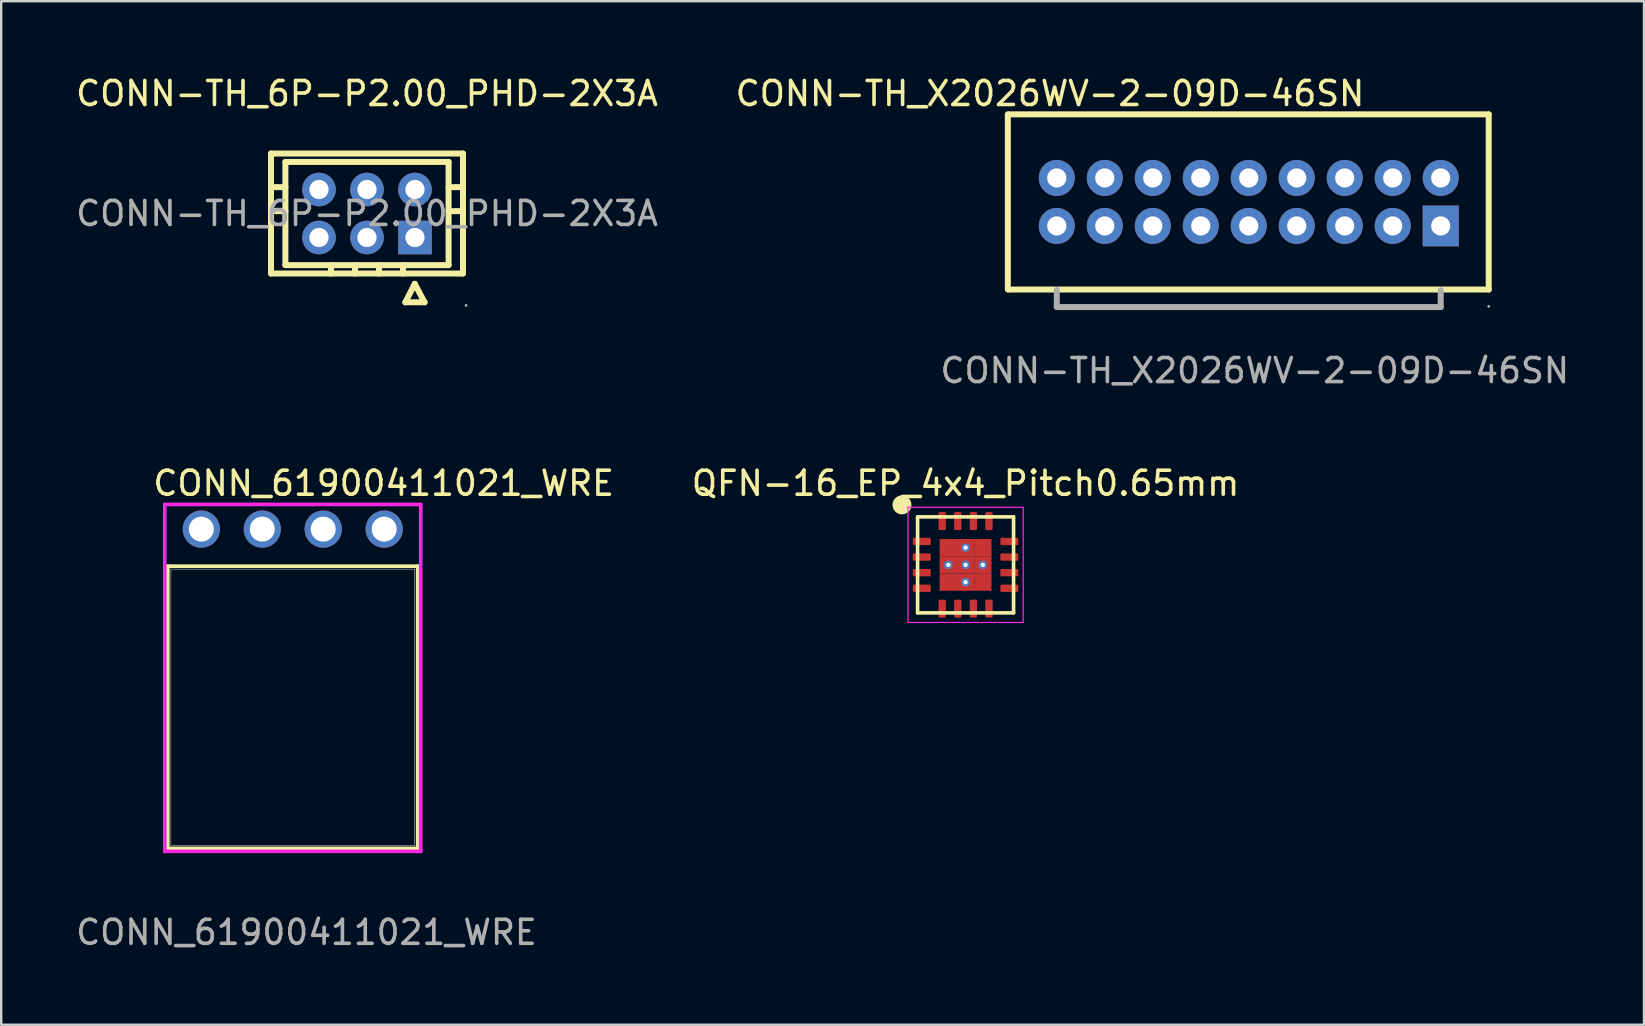
<source format=kicad_pcb>
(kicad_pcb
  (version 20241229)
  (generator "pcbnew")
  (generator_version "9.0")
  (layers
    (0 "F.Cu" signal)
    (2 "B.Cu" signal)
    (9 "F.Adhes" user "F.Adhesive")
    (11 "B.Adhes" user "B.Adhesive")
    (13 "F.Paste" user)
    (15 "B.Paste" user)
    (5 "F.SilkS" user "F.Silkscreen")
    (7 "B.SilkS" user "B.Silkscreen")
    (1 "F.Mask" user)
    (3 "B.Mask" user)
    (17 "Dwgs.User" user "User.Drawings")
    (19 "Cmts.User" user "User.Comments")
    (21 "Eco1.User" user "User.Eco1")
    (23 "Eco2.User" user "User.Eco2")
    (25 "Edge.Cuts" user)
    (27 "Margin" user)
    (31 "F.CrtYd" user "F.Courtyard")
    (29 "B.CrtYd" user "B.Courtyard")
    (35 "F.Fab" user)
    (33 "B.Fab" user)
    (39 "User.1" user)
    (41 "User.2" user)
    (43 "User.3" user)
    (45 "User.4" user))
  (footprint "QFN-16_EP_4x4_Pitch0.65mm"
    (layer "F.Cu")
    (at 37.19 20.491)
    (property "Reference" "QFN-16_EP_4x4_Pitch0.65mm" (at 0 -3.4 0) (layer "F.SilkS") (effects (font (size 1 1) (thickness 0.15))))
    (attr smd)
    (fp_line (start -2 -2) (end 2 -2) (stroke (width 0.15) (type default)) (layer "F.SilkS"))
    (fp_line (start -2 2) (end -2 -2) (stroke (width 0.15) (type default)) (layer "F.SilkS"))
    (fp_line (start -2 2) (end 2 2) (stroke (width 0.15) (type default)) (layer "F.SilkS"))
    (fp_line (start 2 2) (end 2 -2) (stroke (width 0.15) (type default)) (layer "F.SilkS"))
    (fp_circle (center -2.65 -2.5) (end -2.315 -2.5) (stroke (width 0.12) (type solid)) (fill yes) (layer "F.SilkS"))
    (fp_line (start -2.4 -2.4) (end 2.4 -2.4) (stroke (width 0.05) (type default)) (layer "F.CrtYd"))
    (fp_line (start -2.4 2.4) (end -2.4 -2.4) (stroke (width 0.05) (type default)) (layer "F.CrtYd"))
    (fp_line (start 2.4 -2.4) (end 2.4 2.4) (stroke (width 0.05) (type default)) (layer "F.CrtYd"))
    (fp_line (start 2.4 2.4) (end -2.4 2.4) (stroke (width 0.05) (type default)) (layer "F.CrtYd"))
    (pad "1" smd roundrect (at -1.825 -0.975 90) (size 0.305 0.75) (layers "F.Cu" "F.Mask" "F.Paste") (roundrect_rratio 0.164))
    (pad "2" smd roundrect (at -1.825 -0.325 90) (size 0.305 0.75) (layers "F.Cu" "F.Mask" "F.Paste") (roundrect_rratio 0.164))
    (pad "3" smd roundrect (at -1.825 0.325 90) (size 0.305 0.75) (layers "F.Cu" "F.Mask" "F.Paste") (roundrect_rratio 0.164))
    (pad "4" smd roundrect (at -1.825 0.975 90) (size 0.305 0.75) (layers "F.Cu" "F.Mask" "F.Paste") (roundrect_rratio 0.164))
    (pad "5" smd roundrect (at -0.975 1.825) (size 0.305 0.75) (layers "F.Cu" "F.Mask" "F.Paste") (roundrect_rratio 0.164))
    (pad "6" smd roundrect (at -0.325 1.825) (size 0.305 0.75) (layers "F.Cu" "F.Mask" "F.Paste") (roundrect_rratio 0.164))
    (pad "7" smd roundrect (at 0.325 1.825) (size 0.305 0.75) (layers "F.Cu" "F.Mask" "F.Paste") (roundrect_rratio 0.164))
    (pad "8" smd roundrect (at 0.975 1.825) (size 0.305 0.75) (layers "F.Cu" "F.Mask" "F.Paste") (roundrect_rratio 0.164))
    (pad "9" smd roundrect (at 1.825 0.975 90) (size 0.305 0.75) (layers "F.Cu" "F.Mask" "F.Paste") (roundrect_rratio 0.164))
    (pad "10" smd roundrect (at 1.825 0.325 90) (size 0.305 0.75) (layers "F.Cu" "F.Mask" "F.Paste") (roundrect_rratio 0.164))
    (pad "11" smd roundrect (at 1.825 -0.325 90) (size 0.305 0.75) (layers "F.Cu" "F.Mask" "F.Paste") (roundrect_rratio 0.164))
    (pad "12" smd roundrect (at 1.825 -0.975 90) (size 0.305 0.75) (layers "F.Cu" "F.Mask" "F.Paste") (roundrect_rratio 0.164))
    (pad "13" smd roundrect (at 0.975 -1.825) (size 0.305 0.75) (layers "F.Cu" "F.Mask" "F.Paste") (roundrect_rratio 0.164))
    (pad "14" smd roundrect (at 0.325 -1.825) (size 0.305 0.75) (layers "F.Cu" "F.Mask" "F.Paste") (roundrect_rratio 0.164))
    (pad "15" smd roundrect (at -0.325 -1.825) (size 0.305 0.75) (layers "F.Cu" "F.Mask" "F.Paste") (roundrect_rratio 0.164))
    (pad "16" smd roundrect (at -0.975 -1.825) (size 0.305 0.75) (layers "F.Cu" "F.Mask" "F.Paste") (roundrect_rratio 0.164))
    (pad "17" smd rect (at -0.72 -0.72) (size 0.72 0.72) (layers "F.Cu" "F.Mask" "F.Paste"))
    (pad "17" thru_hole circle (at -0.72 0) (size 0.36 0.36) (drill 0.18) (layers "*.Cu" "*.Mask"))
    (pad "17" smd rect (at -0.72 0) (size 0.72 0.72) (layers "F.Cu" "F.Mask" "F.Paste"))
    (pad "17" smd rect (at -0.72 0.72) (size 0.72 0.72) (layers "F.Cu" "F.Mask" "F.Paste"))
    (pad "17" thru_hole circle (at 0 -0.72) (size 0.36 0.36) (drill 0.18) (layers "*.Cu" "*.Mask"))
    (pad "17" smd rect (at 0 -0.72) (size 0.72 0.72) (layers "F.Cu" "F.Mask" "F.Paste"))
    (pad "17" thru_hole circle (at 0 0) (size 0.36 0.36) (drill 0.18) (layers "*.Cu" "*.Mask"))
    (pad "17" smd rect (at 0 0) (size 0.72 0.72) (layers "F.Cu" "F.Mask" "F.Paste"))
    (pad "17" thru_hole circle (at 0 0.72) (size 0.36 0.36) (drill 0.18) (layers "*.Cu" "*.Mask"))
    (pad "17" smd rect (at 0 0.72) (size 0.72 0.72) (layers "F.Cu" "F.Mask" "F.Paste"))
    (pad "17" smd rect (at 0.72 -0.72) (size 0.72 0.72) (layers "F.Cu" "F.Mask" "F.Paste"))
    (pad "17" thru_hole circle (at 0.72 0) (size 0.36 0.36) (drill 0.18) (layers "*.Cu" "*.Mask"))
    (pad "17" smd rect (at 0.72 0) (size 0.72 0.72) (layers "F.Cu" "F.Mask" "F.Paste"))
    (pad "17" smd rect (at 0.72 0.72) (size 0.72 0.72) (layers "F.Cu" "F.Mask" "F.Paste")))
  (footprint "CONN-TH_6P-P2.00_PHD-2X3A"
    (layer "F.Cu")
    (at 12.244 5.848)
    (property "Reference" "CONN-TH_6P-P2.00_PHD-2X3A" (at 0 -5 0) (layer "F.SilkS") (effects (font (size 1 1) (thickness 0.15))))
    (attr smd)
    (fp_line (start -4 -2.5) (end 4 -2.5) (stroke (width 0.25) (type solid)) (layer "F.SilkS"))
    (fp_line (start -4 2.5) (end -4 -2.5) (stroke (width 0.25) (type solid)) (layer "F.SilkS"))
    (fp_line (start -3.4 -2.15) (end 3.4 -2.15) (stroke (width 0.25) (type solid)) (layer "F.SilkS"))
    (fp_line (start -3.4 -1.1) (end -4 -1.1) (stroke (width 0.25) (type solid)) (layer "F.SilkS"))
    (fp_line (start -3.4 -0.1) (end -4 -0.1) (stroke (width 0.25) (type solid)) (layer "F.SilkS"))
    (fp_line (start -3.4 2.15) (end -3.4 -2.15) (stroke (width 0.25) (type solid)) (layer "F.SilkS"))
    (fp_line (start -1.5 2.15) (end -1.5 2.5) (stroke (width 0.25) (type solid)) (layer "F.SilkS"))
    (fp_line (start -0.5 2.15) (end -0.5 2.5) (stroke (width 0.25) (type solid)) (layer "F.SilkS"))
    (fp_line (start 0.5 2.15) (end 0.5 2.5) (stroke (width 0.25) (type solid)) (layer "F.SilkS"))
    (fp_line (start 1.5 2.15) (end 1.5 2.5) (stroke (width 0.25) (type solid)) (layer "F.SilkS"))
    (fp_line (start 1.6 3.7) (end 1.99 2.93) (stroke (width 0.25) (type solid)) (layer "F.SilkS"))
    (fp_line (start 1.99 2.93) (end 2.4 3.7) (stroke (width 0.25) (type solid)) (layer "F.SilkS"))
    (fp_line (start 2.4 3.7) (end 1.6 3.7) (stroke (width 0.25) (type solid)) (layer "F.SilkS"))
    (fp_line (start 3.4 2.15) (end -3.4 2.15) (stroke (width 0.25) (type solid)) (layer "F.SilkS"))
    (fp_line (start 3.4 2.15) (end 3.4 -2.15) (stroke (width 0.25) (type solid)) (layer "F.SilkS"))
    (fp_line (start 4 -1.1) (end 3.4 -1.1) (stroke (width 0.25) (type solid)) (layer "F.SilkS"))
    (fp_line (start 4 -0.1) (end 3.4 -0.1) (stroke (width 0.25) (type solid)) (layer "F.SilkS"))
    (fp_line (start 4 2.5) (end -4 2.5) (stroke (width 0.25) (type solid)) (layer "F.SilkS"))
    (fp_line (start 4 2.5) (end 4 -2.5) (stroke (width 0.25) (type solid)) (layer "F.SilkS"))
    (fp_circle (center -2 -1) (end -1.85 -1) (stroke (width 0.3) (type solid)) (fill no) (layer "F.Fab"))
    (fp_circle (center -2 1) (end -1.85 1) (stroke (width 0.3) (type solid)) (fill no) (layer "F.Fab"))
    (fp_circle (center 0 -1) (end 0.15 -1) (stroke (width 0.3) (type solid)) (fill no) (layer "F.Fab"))
    (fp_circle (center 0 1) (end 0.15 1) (stroke (width 0.3) (type solid)) (fill no) (layer "F.Fab"))
    (fp_circle (center 2 -1) (end 2.15 -1) (stroke (width 0.3) (type solid)) (fill no) (layer "F.Fab"))
    (fp_circle (center 2 1) (end 2.15 1) (stroke (width 0.3) (type solid)) (fill no) (layer "F.Fab"))
    (fp_circle (center 4.13 3.83) (end 4.16 3.83) (stroke (width 0.06) (type solid)) (fill no) (layer "F.Fab"))
    (fp_text user "${REFERENCE}" (at 0 0 0) (layer "F.Fab") (effects (font (size 1 1) (thickness 0.15))))
    (pad "1" thru_hole rect (at 2 1 180) (size 1.4 1.4) (drill 0.8) (layers "*.Cu" "*.Paste" "*.Mask"))
    (pad "2" thru_hole circle (at 0 1 180) (size 1.4 1.4) (drill 0.8) (layers "*.Cu" "*.Paste" "*.Mask"))
    (pad "3" thru_hole circle (at -2 1 180) (size 1.4 1.4) (drill 0.8) (layers "*.Cu" "*.Paste" "*.Mask"))
    (pad "4" thru_hole circle (at 2 -1 180) (size 1.4 1.4) (drill 0.8) (layers "*.Cu" "*.Paste" "*.Mask"))
    (pad "5" thru_hole circle (at 0 -1 180) (size 1.4 1.4) (drill 0.8) (layers "*.Cu" "*.Paste" "*.Mask"))
    (pad "6" thru_hole circle (at -2 -1 180) (size 1.4 1.4) (drill 0.8) (layers "*.Cu" "*.Paste" "*.Mask")))
  (footprint "CONN_61900411021_WRE"
    (layer "F.Cu")
    (at 5.34 19.001)
    (property "Reference" "CONN_61900411021_WRE" (at 7.6 -1.91 0) (unlocked yes) (layer "F.SilkS") (effects (font (size 1 1) (thickness 0.15))))
    (attr through_hole)
    (fp_line (start -1.397 1.543) (end -1.397 13.303) (stroke (width 0.152) (type solid)) (layer "F.SilkS"))
    (fp_line (start -1.397 13.303) (end 9.017 13.303) (stroke (width 0.152) (type solid)) (layer "F.SilkS"))
    (fp_line (start 9.017 1.543) (end -1.397 1.543) (stroke (width 0.152) (type solid)) (layer "F.SilkS"))
    (fp_line (start 9.017 13.303) (end 9.017 1.543) (stroke (width 0.152) (type solid)) (layer "F.SilkS"))
    (fp_line (start -1.524 -1.029) (end -1.524 13.43) (stroke (width 0.152) (type solid)) (layer "F.CrtYd"))
    (fp_line (start -1.524 13.43) (end 9.144 13.43) (stroke (width 0.152) (type solid)) (layer "F.CrtYd"))
    (fp_line (start 9.144 -1.029) (end -1.524 -1.029) (stroke (width 0.152) (type solid)) (layer "F.CrtYd"))
    (fp_line (start 9.144 13.43) (end 9.144 -1.029) (stroke (width 0.152) (type solid)) (layer "F.CrtYd"))
    (fp_line (start -1.27 1.67) (end -1.27 13.176) (stroke (width 0.025) (type solid)) (layer "F.Fab"))
    (fp_line (start -1.27 13.176) (end 8.89 13.176) (stroke (width 0.025) (type solid)) (layer "F.Fab"))
    (fp_line (start 8.89 1.67) (end -1.27 1.67) (stroke (width 0.025) (type solid)) (layer "F.Fab"))
    (fp_line (start 8.89 13.176) (end 8.89 1.67) (stroke (width 0.025) (type solid)) (layer "F.Fab"))
    (fp_text user "${REFERENCE}" (at 4.38 16.805 0) (unlocked yes) (layer "F.Fab") (effects (font (size 1 1) (thickness 0.15))))
    (pad "1" thru_hole circle (at 0 0) (size 1.549 1.549) (drill 1.041) (layers "*.Cu" "*.Mask"))
    (pad "2" thru_hole circle (at 2.54 0) (size 1.549 1.549) (drill 1.041) (layers "*.Cu" "*.Mask"))
    (pad "3" thru_hole circle (at 5.08 0) (size 1.549 1.549) (drill 1.041) (layers "*.Cu" "*.Mask"))
    (pad "4" thru_hole circle (at 7.62 0) (size 1.549 1.549) (drill 1.041) (layers "*.Cu" "*.Mask")))
  (footprint "CONN-TH_X2026WV-2-09D-46SN"
    (layer "F.Cu")
    (at 48.991 5.366)
    (property "Reference" "CONN-TH_X2026WV-2-09D-46SN" (at -8.283 -4.518 0) (layer "F.SilkS") (effects (font (size 1 1) (thickness 0.15))))
    (attr smd)
    (fp_line (start -10.04 -3.65) (end -10.04 3.65) (stroke (width 0.25) (type solid)) (layer "F.SilkS"))
    (fp_line (start -10 -3.65) (end 10 -3.65) (stroke (width 0.25) (type solid)) (layer "F.SilkS"))
    (fp_line (start 10 -3.65) (end 10 3.65) (stroke (width 0.25) (type solid)) (layer "F.SilkS"))
    (fp_line (start 10 3.65) (end -10 3.65) (stroke (width 0.25) (type solid)) (layer "F.SilkS"))
    (fp_line (start -8 3.666) (end -8 4.366) (stroke (width 0.25) (type solid)) (layer "F.Fab"))
    (fp_line (start 8 3.68) (end 8 4.38) (stroke (width 0.25) (type solid)) (layer "F.Fab"))
    (fp_line (start 8 4.38) (end -8 4.38) (stroke (width 0.25) (type solid)) (layer "F.Fab"))
    (fp_circle (center 10 4.35) (end 10.03 4.35) (stroke (width 0.06) (type solid)) (fill no) (layer "F.Fab"))
    (fp_text user "${REFERENCE}" (at 0.251 7.028 0) (layer "F.Fab") (effects (font (size 1 1) (thickness 0.15))))
    (pad "1" thru_hole rect (at 8 1) (size 1.5 1.7) (drill 0.8) (layers "*.Cu" "*.Paste" "*.Mask"))
    (pad "2" thru_hole circle (at 8 -1) (size 1.5 1.5) (drill 0.8) (layers "*.Cu" "*.Paste" "*.Mask"))
    (pad "3" thru_hole circle (at 6 1) (size 1.5 1.5) (drill 0.8) (layers "*.Cu" "*.Paste" "*.Mask"))
    (pad "4" thru_hole circle (at 6 -1) (size 1.5 1.5) (drill 0.8) (layers "*.Cu" "*.Paste" "*.Mask"))
    (pad "5" thru_hole circle (at 4 1) (size 1.5 1.5) (drill 0.8) (layers "*.Cu" "*.Paste" "*.Mask"))
    (pad "6" thru_hole circle (at 4 -1) (size 1.5 1.5) (drill 0.8) (layers "*.Cu" "*.Paste" "*.Mask"))
    (pad "7" thru_hole circle (at 2 1) (size 1.5 1.5) (drill 0.8) (layers "*.Cu" "*.Paste" "*.Mask"))
    (pad "8" thru_hole circle (at 2 -1) (size 1.5 1.5) (drill 0.8) (layers "*.Cu" "*.Paste" "*.Mask"))
    (pad "9" thru_hole circle (at 0 1) (size 1.5 1.5) (drill 0.8) (layers "*.Cu" "*.Paste" "*.Mask"))
    (pad "10" thru_hole circle (at 0 -1) (size 1.5 1.5) (drill 0.8) (layers "*.Cu" "*.Paste" "*.Mask"))
    (pad "11" thru_hole circle (at -2 1) (size 1.5 1.5) (drill 0.8) (layers "*.Cu" "*.Paste" "*.Mask"))
    (pad "12" thru_hole circle (at -2 -1) (size 1.5 1.5) (drill 0.8) (layers "*.Cu" "*.Paste" "*.Mask"))
    (pad "13" thru_hole circle (at -4 1) (size 1.5 1.5) (drill 0.8) (layers "*.Cu" "*.Paste" "*.Mask"))
    (pad "14" thru_hole circle (at -4 -1) (size 1.5 1.5) (drill 0.8) (layers "*.Cu" "*.Paste" "*.Mask"))
    (pad "15" thru_hole circle (at -6 1) (size 1.5 1.5) (drill 0.8) (layers "*.Cu" "*.Paste" "*.Mask"))
    (pad "16" thru_hole circle (at -6 -1) (size 1.5 1.5) (drill 0.8) (layers "*.Cu" "*.Paste" "*.Mask"))
    (pad "17" thru_hole circle (at -8 1) (size 1.5 1.5) (drill 0.8) (layers "*.Cu" "*.Paste" "*.Mask"))
    (pad "18" thru_hole circle (at -8 -1) (size 1.5 1.5) (drill 0.8) (layers "*.Cu" "*.Paste" "*.Mask")))
  (gr_rect
    (start -3 -3)
    (end 65.463 39.654)
    (stroke (width 0.1) (type default))
    (fill no)
    (layer "Edge.Cuts")))
</source>
